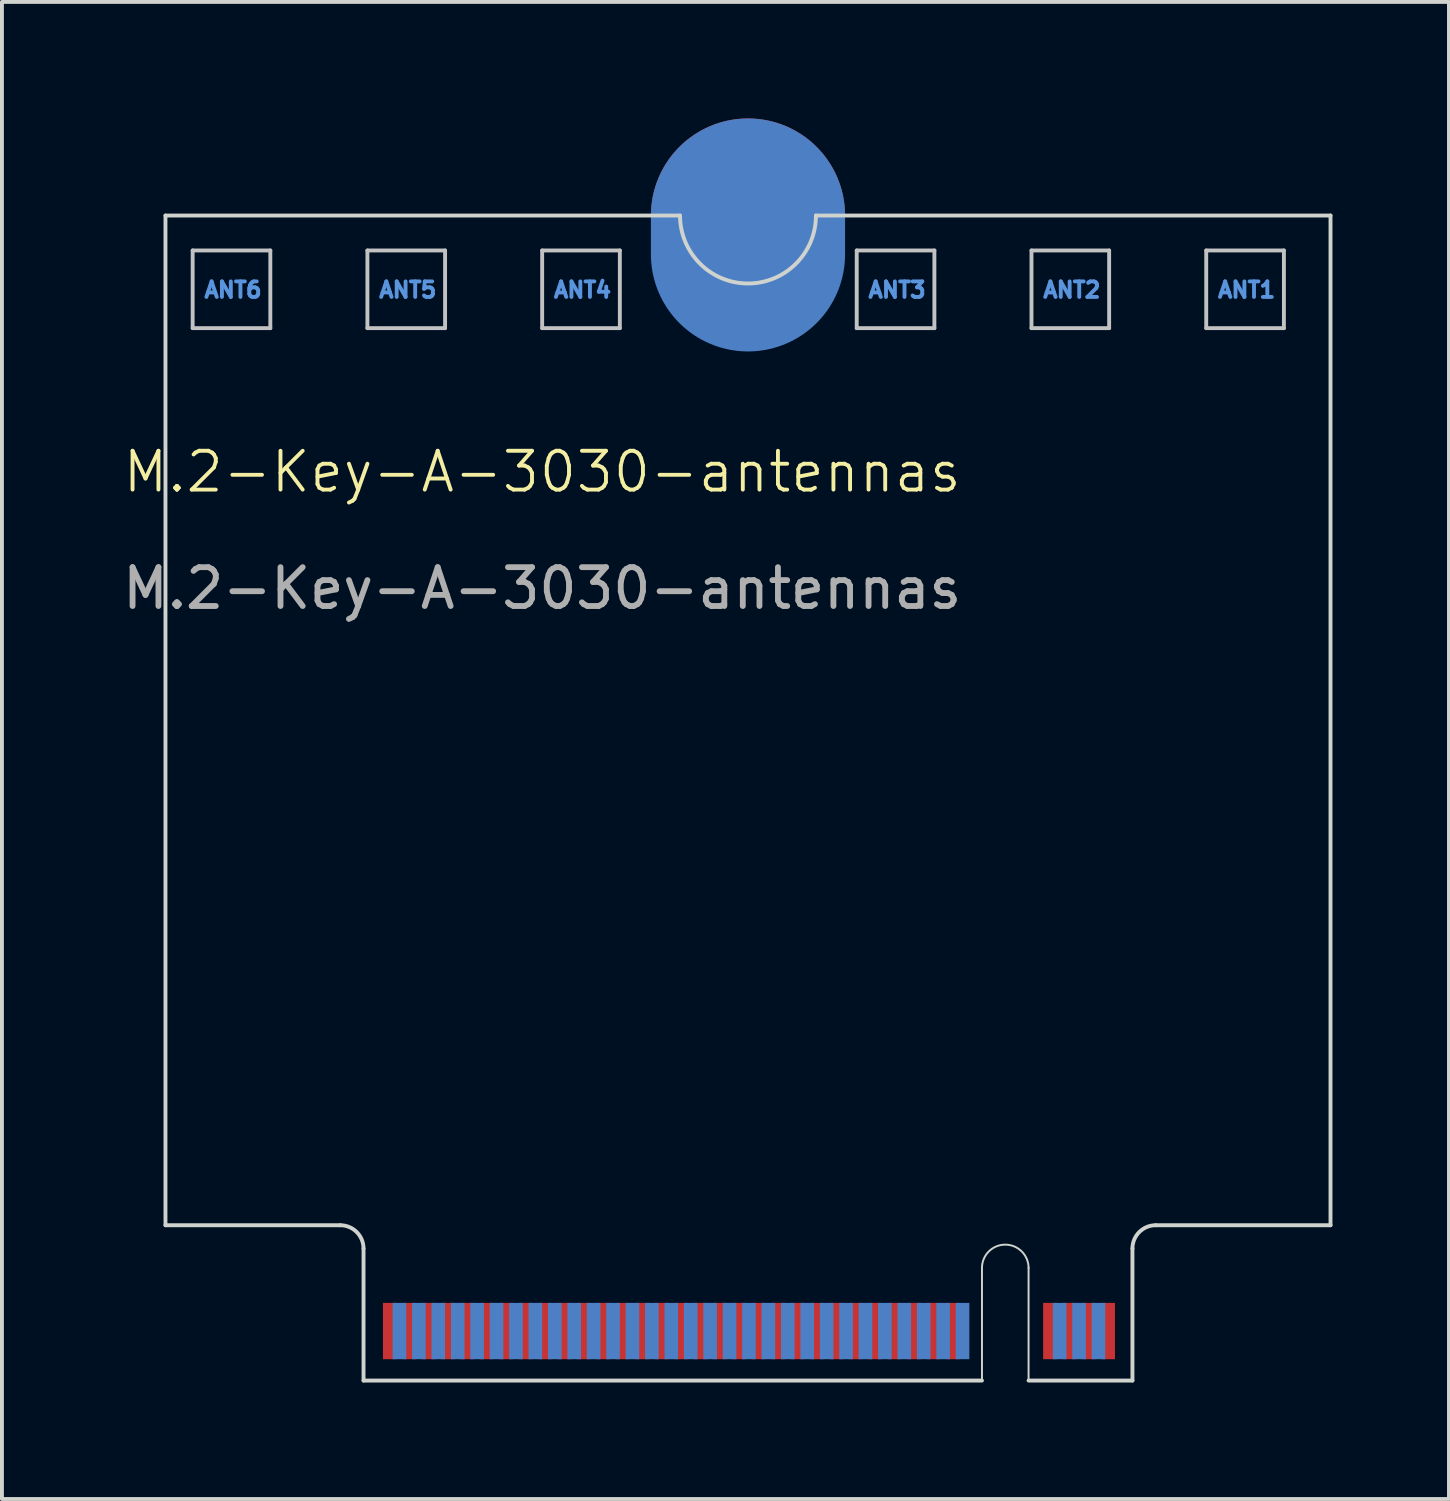
<source format=kicad_pcb>
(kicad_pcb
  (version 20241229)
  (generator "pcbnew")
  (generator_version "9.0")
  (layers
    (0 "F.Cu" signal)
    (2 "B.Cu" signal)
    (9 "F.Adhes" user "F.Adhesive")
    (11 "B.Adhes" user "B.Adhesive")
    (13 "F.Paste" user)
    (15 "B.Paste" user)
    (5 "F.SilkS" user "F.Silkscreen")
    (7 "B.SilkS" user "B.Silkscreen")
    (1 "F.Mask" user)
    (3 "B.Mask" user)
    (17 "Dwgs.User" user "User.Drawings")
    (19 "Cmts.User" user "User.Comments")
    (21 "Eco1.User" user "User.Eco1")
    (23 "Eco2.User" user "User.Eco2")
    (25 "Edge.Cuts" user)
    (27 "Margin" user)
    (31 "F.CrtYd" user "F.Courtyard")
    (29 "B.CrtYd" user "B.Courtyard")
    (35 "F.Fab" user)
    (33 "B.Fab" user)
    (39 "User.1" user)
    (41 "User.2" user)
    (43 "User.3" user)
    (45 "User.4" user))
  (footprint "M.2-Key-A-3030-antennas"
    (layer "F.Cu")
    (at 10.911 9.6)
    (property "Reference" "M.2-Key-A-3030-antennas" (at 0 -0.5 0) (unlocked yes) (layer "F.SilkS") (effects (font (size 1 1) (thickness 0.1))))
    (attr exclude_from_pos_files exclude_from_bom allow_missing_courtyard)
    (fp_line (start -9 -6.2) (end -7 -6.2) (stroke (width 0.1) (type default)) (layer "Dwgs.User"))
    (fp_line (start -9 -4.2) (end -9 -6.2) (stroke (width 0.1) (type default)) (layer "Dwgs.User"))
    (fp_line (start -7 -6.2) (end -7 -4.2) (stroke (width 0.1) (type default)) (layer "Dwgs.User"))
    (fp_line (start -7 -4.2) (end -9 -4.2) (stroke (width 0.1) (type default)) (layer "Dwgs.User"))
    (fp_line (start -4.5 -6.2) (end -2.5 -6.2) (stroke (width 0.1) (type default)) (layer "Dwgs.User"))
    (fp_line (start -4.5 -4.2) (end -4.5 -6.2) (stroke (width 0.1) (type default)) (layer "Dwgs.User"))
    (fp_line (start -2.5 -6.2) (end -2.5 -4.2) (stroke (width 0.1) (type default)) (layer "Dwgs.User"))
    (fp_line (start -2.5 -4.2) (end -4.5 -4.2) (stroke (width 0.1) (type default)) (layer "Dwgs.User"))
    (fp_line (start 0 -6.2) (end 2 -6.2) (stroke (width 0.1) (type default)) (layer "Dwgs.User"))
    (fp_line (start 0 -4.2) (end 0 -6.2) (stroke (width 0.1) (type default)) (layer "Dwgs.User"))
    (fp_line (start 2 -6.2) (end 2 -4.2) (stroke (width 0.1) (type default)) (layer "Dwgs.User"))
    (fp_line (start 2 -4.2) (end 0 -4.2) (stroke (width 0.1) (type default)) (layer "Dwgs.User"))
    (fp_line (start 8.1 -6.2) (end 10.1 -6.2) (stroke (width 0.1) (type default)) (layer "Dwgs.User"))
    (fp_line (start 8.1 -4.2) (end 8.1 -6.2) (stroke (width 0.1) (type default)) (layer "Dwgs.User"))
    (fp_line (start 10.1 -6.2) (end 10.1 -4.2) (stroke (width 0.1) (type default)) (layer "Dwgs.User"))
    (fp_line (start 10.1 -4.2) (end 8.1 -4.2) (stroke (width 0.1) (type default)) (layer "Dwgs.User"))
    (fp_line (start 12.6 -6.2) (end 14.6 -6.2) (stroke (width 0.1) (type default)) (layer "Dwgs.User"))
    (fp_line (start 12.6 -4.2) (end 12.6 -6.2) (stroke (width 0.1) (type default)) (layer "Dwgs.User"))
    (fp_line (start 14.6 -6.2) (end 14.6 -4.2) (stroke (width 0.1) (type default)) (layer "Dwgs.User"))
    (fp_line (start 14.6 -4.2) (end 12.6 -4.2) (stroke (width 0.1) (type default)) (layer "Dwgs.User"))
    (fp_line (start 17.1 -6.2) (end 19.1 -6.2) (stroke (width 0.1) (type default)) (layer "Dwgs.User"))
    (fp_line (start 17.1 -4.2) (end 17.1 -6.2) (stroke (width 0.1) (type default)) (layer "Dwgs.User"))
    (fp_line (start 19.1 -6.2) (end 19.1 -4.2) (stroke (width 0.1) (type default)) (layer "Dwgs.User"))
    (fp_line (start 19.1 -4.2) (end 17.1 -4.2) (stroke (width 0.1) (type default)) (layer "Dwgs.User"))
    (fp_line (start -9.7 -7.1) (end -9.7 18.9) (stroke (width 0.1) (type default)) (layer "Edge.Cuts"))
    (fp_line (start -9.7 -7.1) (end 3.55 -7.1) (stroke (width 0.1) (type default)) (layer "Edge.Cuts"))
    (fp_line (start -9.7 18.9) (end -5.2 18.9) (stroke (width 0.1) (type default)) (layer "Edge.Cuts"))
    (fp_line (start -4.6 19.5) (end -4.6 22.9) (stroke (width 0.1) (type default)) (layer "Edge.Cuts"))
    (fp_line (start -4.6 22.9) (end 11.325 22.9) (stroke (width 0.1) (type default)) (layer "Edge.Cuts"))
    (fp_line (start 7.05 -7.1) (end 20.3 -7.1) (stroke (width 0.1) (type default)) (layer "Edge.Cuts"))
    (fp_line (start 11.325 22.9) (end 11.325 20) (stroke (width 0.05) (type default)) (layer "Edge.Cuts"))
    (fp_line (start 12.525 20) (end 12.525 22.9) (stroke (width 0.05) (type default)) (layer "Edge.Cuts"))
    (fp_line (start 12.525 22.9) (end 15.2 22.9) (stroke (width 0.1) (type default)) (layer "Edge.Cuts"))
    (fp_line (start 15.2 19.5) (end 15.2 22.9) (stroke (width 0.1) (type default)) (layer "Edge.Cuts"))
    (fp_line (start 20.3 -7.1) (end 20.3 18.9) (stroke (width 0.1) (type default)) (layer "Edge.Cuts"))
    (fp_line (start 20.3 18.9) (end 15.8 18.9) (stroke (width 0.1) (type default)) (layer "Edge.Cuts"))
    (fp_arc (start -5.2 18.9) (mid -4.775736 19.075736) (end -4.6 19.5) (stroke (width 0.1) (type default)) (layer "Edge.Cuts"))
    (fp_arc (start 7.05 -7.1) (mid 5.3 -5.35) (end 3.55 -7.1) (stroke (width 0.1) (type default)) (layer "Edge.Cuts"))
    (fp_arc (start 11.325 20) (mid 11.925 19.4) (end 12.525 20) (stroke (width 0.05) (type default)) (layer "Edge.Cuts"))
    (fp_arc (start 15.2 19.5) (mid 15.375736 19.075736) (end 15.8 18.9) (stroke (width 0.1) (type default)) (layer "Edge.Cuts"))
    (fp_text user "ANT6" (at -8.75 -4.95 0) (unlocked yes) (layer "Cmts.User") (effects (font (size 0.4 0.4) (thickness 0.1) (bold yes)) (justify left bottom)))
    (fp_text user "ANT1" (at 17.35 -4.95 0) (unlocked yes) (layer "Cmts.User") (effects (font (size 0.4 0.4) (thickness 0.1) (bold yes)) (justify left bottom)))
    (fp_text user "ANT4" (at 0.25 -4.95 0) (unlocked yes) (layer "Cmts.User") (effects (font (size 0.4 0.4) (thickness 0.1) (bold yes)) (justify left bottom)))
    (fp_text user "ANT5" (at -4.25 -4.95 0) (unlocked yes) (layer "Cmts.User") (effects (font (size 0.4 0.4) (thickness 0.1) (bold yes)) (justify left bottom)))
    (fp_text user "ANT2" (at 12.85 -4.95 0) (unlocked yes) (layer "Cmts.User") (effects (font (size 0.4 0.4) (thickness 0.1) (bold yes)) (justify left bottom)))
    (fp_text user "ANT3" (at 8.35 -4.95 0) (unlocked yes) (layer "Cmts.User") (effects (font (size 0.4 0.4) (thickness 0.1) (bold yes)) (justify left bottom)))
    (fp_text user "${REFERENCE}" (at 0 2.5 0) (unlocked yes) (layer "F.Fab") (effects (font (size 1 1) (thickness 0.15))))
    (pad "1" connect rect (at 14.575 21.625) (size 0.35 1.45) (layers "F.Cu" "F.Mask"))
    (pad "2" connect rect (at 14.325 21.625) (size 0.35 1.45) (layers "B.Cu" "B.Mask"))
    (pad "3" connect rect (at 14.075 21.625) (size 0.35 1.45) (layers "F.Cu" "F.Mask"))
    (pad "4" connect rect (at 13.825 21.625) (size 0.35 1.45) (layers "B.Cu" "B.Mask"))
    (pad "5" connect rect (at 13.575 21.625) (size 0.35 1.45) (layers "F.Cu" "F.Mask"))
    (pad "6" connect rect (at 13.325 21.625) (size 0.35 1.45) (layers "B.Cu" "B.Mask"))
    (pad "7" connect rect (at 13.075 21.625) (size 0.35 1.45) (layers "F.Cu" "F.Mask"))
    (pad "16" connect rect (at 10.825 21.625) (size 0.35 1.45) (layers "B.Cu" "B.Mask"))
    (pad "17" connect rect (at 10.575 21.625) (size 0.35 1.45) (layers "F.Cu" "F.Mask"))
    (pad "18" connect rect (at 10.325 21.625) (size 0.35 1.45) (layers "B.Cu" "B.Mask"))
    (pad "19" connect rect (at 10.075 21.625) (size 0.35 1.45) (layers "F.Cu" "F.Mask"))
    (pad "20" connect rect (at 9.825 21.625) (size 0.35 1.45) (layers "B.Cu" "B.Mask"))
    (pad "21" connect rect (at 9.575 21.625) (size 0.35 1.45) (layers "F.Cu" "F.Mask"))
    (pad "22" connect rect (at 9.325 21.625) (size 0.35 1.45) (layers "B.Cu" "B.Mask"))
    (pad "23" connect rect (at 9.075 21.625) (size 0.35 1.45) (layers "F.Cu" "F.Mask"))
    (pad "24" connect rect (at 8.825 21.625) (size 0.35 1.45) (layers "B.Cu" "B.Mask"))
    (pad "25" connect rect (at 8.575 21.625) (size 0.35 1.45) (layers "F.Cu" "F.Mask"))
    (pad "26" connect rect (at 8.325 21.625) (size 0.35 1.45) (layers "B.Cu" "B.Mask"))
    (pad "27" connect rect (at 8.075 21.625) (size 0.35 1.45) (layers "F.Cu" "F.Mask"))
    (pad "28" connect rect (at 7.825 21.625) (size 0.35 1.45) (layers "B.Cu" "B.Mask"))
    (pad "29" connect rect (at 7.575 21.625) (size 0.35 1.45) (layers "F.Cu" "F.Mask"))
    (pad "30" connect rect (at 7.325 21.625) (size 0.35 1.45) (layers "B.Cu" "B.Mask"))
    (pad "31" connect rect (at 7.075 21.625) (size 0.35 1.45) (layers "F.Cu" "F.Mask"))
    (pad "32" connect rect (at 6.825 21.625) (size 0.35 1.45) (layers "B.Cu" "B.Mask"))
    (pad "33" connect rect (at 6.575 21.625) (size 0.35 1.45) (layers "F.Cu" "F.Mask"))
    (pad "34" connect rect (at 6.325 21.625) (size 0.35 1.45) (layers "B.Cu" "B.Mask"))
    (pad "35" connect rect (at 6.075 21.625) (size 0.35 1.45) (layers "F.Cu" "F.Mask"))
    (pad "36" connect rect (at 5.825 21.625) (size 0.35 1.45) (layers "B.Cu" "B.Mask"))
    (pad "37" connect rect (at 5.575 21.625) (size 0.35 1.45) (layers "F.Cu" "F.Mask"))
    (pad "38" connect rect (at 5.325 21.625) (size 0.35 1.45) (layers "B.Cu" "B.Mask"))
    (pad "39" connect rect (at 5.075 21.625) (size 0.35 1.45) (layers "F.Cu" "F.Mask"))
    (pad "40" connect rect (at 4.825 21.625) (size 0.35 1.45) (layers "B.Cu" "B.Mask"))
    (pad "41" connect rect (at 4.575 21.625) (size 0.35 1.45) (layers "F.Cu" "F.Mask"))
    (pad "42" connect rect (at 4.325 21.625) (size 0.35 1.45) (layers "B.Cu" "B.Mask"))
    (pad "43" connect rect (at 4.075 21.625) (size 0.35 1.45) (layers "F.Cu" "F.Mask"))
    (pad "44" connect rect (at 3.825 21.625) (size 0.35 1.45) (layers "B.Cu" "B.Mask"))
    (pad "45" connect rect (at 3.575 21.625) (size 0.35 1.45) (layers "F.Cu" "F.Mask"))
    (pad "46" connect rect (at 3.325 21.625) (size 0.35 1.45) (layers "B.Cu" "B.Mask"))
    (pad "47" connect rect (at 3.075 21.625) (size 0.35 1.45) (layers "F.Cu" "F.Mask"))
    (pad "48" connect rect (at 2.825 21.625) (size 0.35 1.45) (layers "B.Cu" "B.Mask"))
    (pad "49" connect rect (at 2.575 21.625) (size 0.35 1.45) (layers "F.Cu" "F.Mask"))
    (pad "50" connect rect (at 2.325 21.625) (size 0.35 1.45) (layers "B.Cu" "B.Mask"))
    (pad "51" connect rect (at 2.075 21.625) (size 0.35 1.45) (layers "F.Cu" "F.Mask"))
    (pad "52" connect rect (at 1.825 21.625) (size 0.35 1.45) (layers "B.Cu" "B.Mask"))
    (pad "53" connect rect (at 1.575 21.625) (size 0.35 1.45) (layers "F.Cu" "F.Mask"))
    (pad "54" connect rect (at 1.325 21.625) (size 0.35 1.45) (layers "B.Cu" "B.Mask"))
    (pad "55" connect rect (at 1.075 21.625) (size 0.35 1.45) (layers "F.Cu" "F.Mask"))
    (pad "56" connect rect (at 0.825 21.625) (size 0.35 1.45) (layers "B.Cu" "B.Mask"))
    (pad "57" connect rect (at 0.575 21.625) (size 0.35 1.45) (layers "F.Cu" "F.Mask"))
    (pad "58" connect rect (at 0.325 21.625) (size 0.35 1.45) (layers "B.Cu" "B.Mask"))
    (pad "59" connect rect (at 0.075 21.625) (size 0.35 1.45) (layers "F.Cu" "F.Mask"))
    (pad "60" connect rect (at -0.175 21.625) (size 0.35 1.45) (layers "B.Cu" "B.Mask"))
    (pad "61" connect rect (at -0.425 21.625) (size 0.35 1.45) (layers "F.Cu" "F.Mask"))
    (pad "62" connect rect (at -0.675 21.625) (size 0.35 1.45) (layers "B.Cu" "B.Mask"))
    (pad "63" connect rect (at -0.925 21.625) (size 0.35 1.45) (layers "F.Cu" "F.Mask"))
    (pad "64" connect rect (at -1.175 21.625) (size 0.35 1.45) (layers "B.Cu" "B.Mask"))
    (pad "65" connect rect (at -1.425 21.625) (size 0.35 1.45) (layers "F.Cu" "F.Mask"))
    (pad "66" connect rect (at -1.675 21.625) (size 0.35 1.45) (layers "B.Cu" "B.Mask"))
    (pad "67" connect rect (at -1.925 21.625) (size 0.35 1.45) (layers "F.Cu" "F.Mask"))
    (pad "68" connect rect (at -2.175 21.625) (size 0.35 1.45) (layers "B.Cu" "B.Mask"))
    (pad "69" connect rect (at -2.425 21.625) (size 0.35 1.45) (layers "F.Cu" "F.Mask"))
    (pad "70" connect rect (at -2.675 21.625) (size 0.35 1.45) (layers "B.Cu" "B.Mask"))
    (pad "71" connect rect (at -2.925 21.625) (size 0.35 1.45) (layers "F.Cu" "F.Mask"))
    (pad "72" connect rect (at -3.175 21.625) (size 0.35 1.45) (layers "B.Cu" "B.Mask"))
    (pad "73" connect rect (at -3.425 21.625) (size 0.35 1.45) (layers "F.Cu" "F.Mask"))
    (pad "74" connect rect (at -3.675 21.625) (size 0.35 1.45) (layers "B.Cu" "B.Mask"))
    (pad "75" connect rect (at -3.925 21.625) (size 0.35 1.45) (layers "F.Cu" "F.Mask"))
    (pad "76" connect circle (at 5.3 -7.1) (size 5 5) (layers "F.Cu" "F.Mask"))
    (pad "76" connect oval (at 5.3 -6.6) (size 5 6) (layers "B.Cu" "B.Mask"))
    (zone (net_name "") (layer "F.Cu") (name "TOP COMPONENT KEEPOUT") (hatch edge 0.5) (connect_pads) (min_thickness 0.25) (filled_areas_thickness no) (keepout (tracks allowed) (vias allowed) (pads allowed) (copperpour allowed) (footprints not_allowed)) (placement (enabled no)) (fill) (polygon (pts (xy 6.311 32.5) (xy 6.311 28.5) (xy 26.111 28.5) (xy 26.111 32.5))))
    (zone (net_name "") (layers "F.Cu" "B.Cu") (hatch edge 0.5) (connect_pads) (min_thickness 0.25) (filled_areas_thickness no) (keepout (tracks allowed) (vias allowed) (pads not_allowed) (copperpour allowed) (footprints not_allowed)) (placement (enabled no)) (fill) (polygon (pts (xy 31.211 2.5) (xy 31.211 6.2) (xy 30.011 6.2) (xy 30.011 3.4) (xy 28.011 3.4) (xy 28.011 5.4) (xy 30.011 5.4) (xy 30.011 6.2) (xy 25.511 6.2) (xy 25.511 3.4) (xy 23.511 3.4) (xy 23.511 5.4) (xy 25.511 5.4) (xy 25.511 6.2) (xy 21.011 6.2) (xy 21.011 3.4) (xy 19.011 3.4) (xy 19.011 5.4) (xy 21.011 5.4) (xy 21.011 6.2) (xy 12.911 6.2) (xy 12.911 3.4) (xy 10.911 3.4) (xy 10.911 5.4) (xy 12.911 5.4) (xy 12.911 6.2) (xy 8.411 6.2) (xy 8.411 3.4) (xy 6.411 3.4) (xy 6.411 5.4) (xy 8.411 5.4) (xy 8.411 6.2) (xy 3.911 6.2) (xy 3.911 3.4) (xy 1.911 3.4) (xy 1.911 5.4) (xy 3.911 5.4) (xy 3.911 6.2) (xy 1.211 6.2) (xy 1.211 2.5))))
    (zone (net_name "") (layers "F.Cu" "Dwgs.User") (name "ANT1") (hatch edge 0.5) (connect_pads) (min_thickness 0.25) (filled_areas_thickness no) (keepout (tracks allowed) (vias allowed) (pads allowed) (copperpour not_allowed) (footprints allowed)) (placement (enabled no)) (fill) (polygon (pts (xy 1.911 3.4) (xy 3.911 3.4) (xy 3.911 5.4) (xy 1.911 5.4))))
    (zone (net_name "") (layers "F.Cu" "Dwgs.User") (name "ANT1") (hatch edge 0.5) (connect_pads) (min_thickness 0.25) (filled_areas_thickness no) (keepout (tracks allowed) (vias allowed) (pads allowed) (copperpour not_allowed) (footprints allowed)) (placement (enabled no)) (fill) (polygon (pts (xy 6.411 3.4) (xy 8.411 3.4) (xy 8.411 5.4) (xy 6.411 5.4))))
    (zone (net_name "") (layers "F.Cu" "Dwgs.User") (name "ANT1") (hatch edge 0.5) (connect_pads) (min_thickness 0.25) (filled_areas_thickness no) (keepout (tracks allowed) (vias allowed) (pads allowed) (copperpour not_allowed) (footprints allowed)) (placement (enabled no)) (fill) (polygon (pts (xy 10.911 3.4) (xy 12.911 3.4) (xy 12.911 5.4) (xy 10.911 5.4))))
    (zone (net_name "") (layers "F.Cu" "Dwgs.User") (name "ANT1") (hatch edge 0.5) (connect_pads) (min_thickness 0.25) (filled_areas_thickness no) (keepout (tracks allowed) (vias allowed) (pads allowed) (copperpour not_allowed) (footprints allowed)) (placement (enabled no)) (fill) (polygon (pts (xy 19.011 3.4) (xy 21.011 3.4) (xy 21.011 5.4) (xy 19.011 5.4))))
    (zone (net_name "") (layers "F.Cu" "Dwgs.User") (name "ANT1") (hatch edge 0.5) (connect_pads) (min_thickness 0.25) (filled_areas_thickness no) (keepout (tracks allowed) (vias allowed) (pads allowed) (copperpour not_allowed) (footprints allowed)) (placement (enabled no)) (fill) (polygon (pts (xy 23.511 3.4) (xy 25.511 3.4) (xy 25.511 5.4) (xy 23.511 5.4))))
    (zone (net_name "") (layers "F.Cu" "Dwgs.User") (name "ANT1") (hatch edge 0.5) (connect_pads) (min_thickness 0.25) (filled_areas_thickness no) (keepout (tracks allowed) (vias allowed) (pads allowed) (copperpour not_allowed) (footprints allowed)) (placement (enabled no)) (fill) (polygon (pts (xy 28.011 3.4) (xy 30.011 3.4) (xy 30.011 5.4) (xy 28.011 5.4))))
    (zone (net_name "") (layer "B.Cu") (name "BOTTOM COMPONENT KEEPOUT") (hatch edge 0.5) (connect_pads) (min_thickness 0.25) (filled_areas_thickness no) (keepout (tracks allowed) (vias allowed) (pads allowed) (copperpour allowed) (footprints not_allowed)) (placement (enabled no)) (fill) (polygon (pts (xy 6.311 32.5) (xy 26.111 32.5) (xy 26.111 28.5) (xy 27.211 28.5) (xy 27.211 27.3) (xy 5.211 27.3) (xy 5.211 28.5) (xy 6.311 28.5)))))
  (gr_rect
    (start -3 -3)
    (end 34.261 35.55)
    (stroke (width 0.1) (type default))
    (fill no)
    (layer "Edge.Cuts")))
</source>
